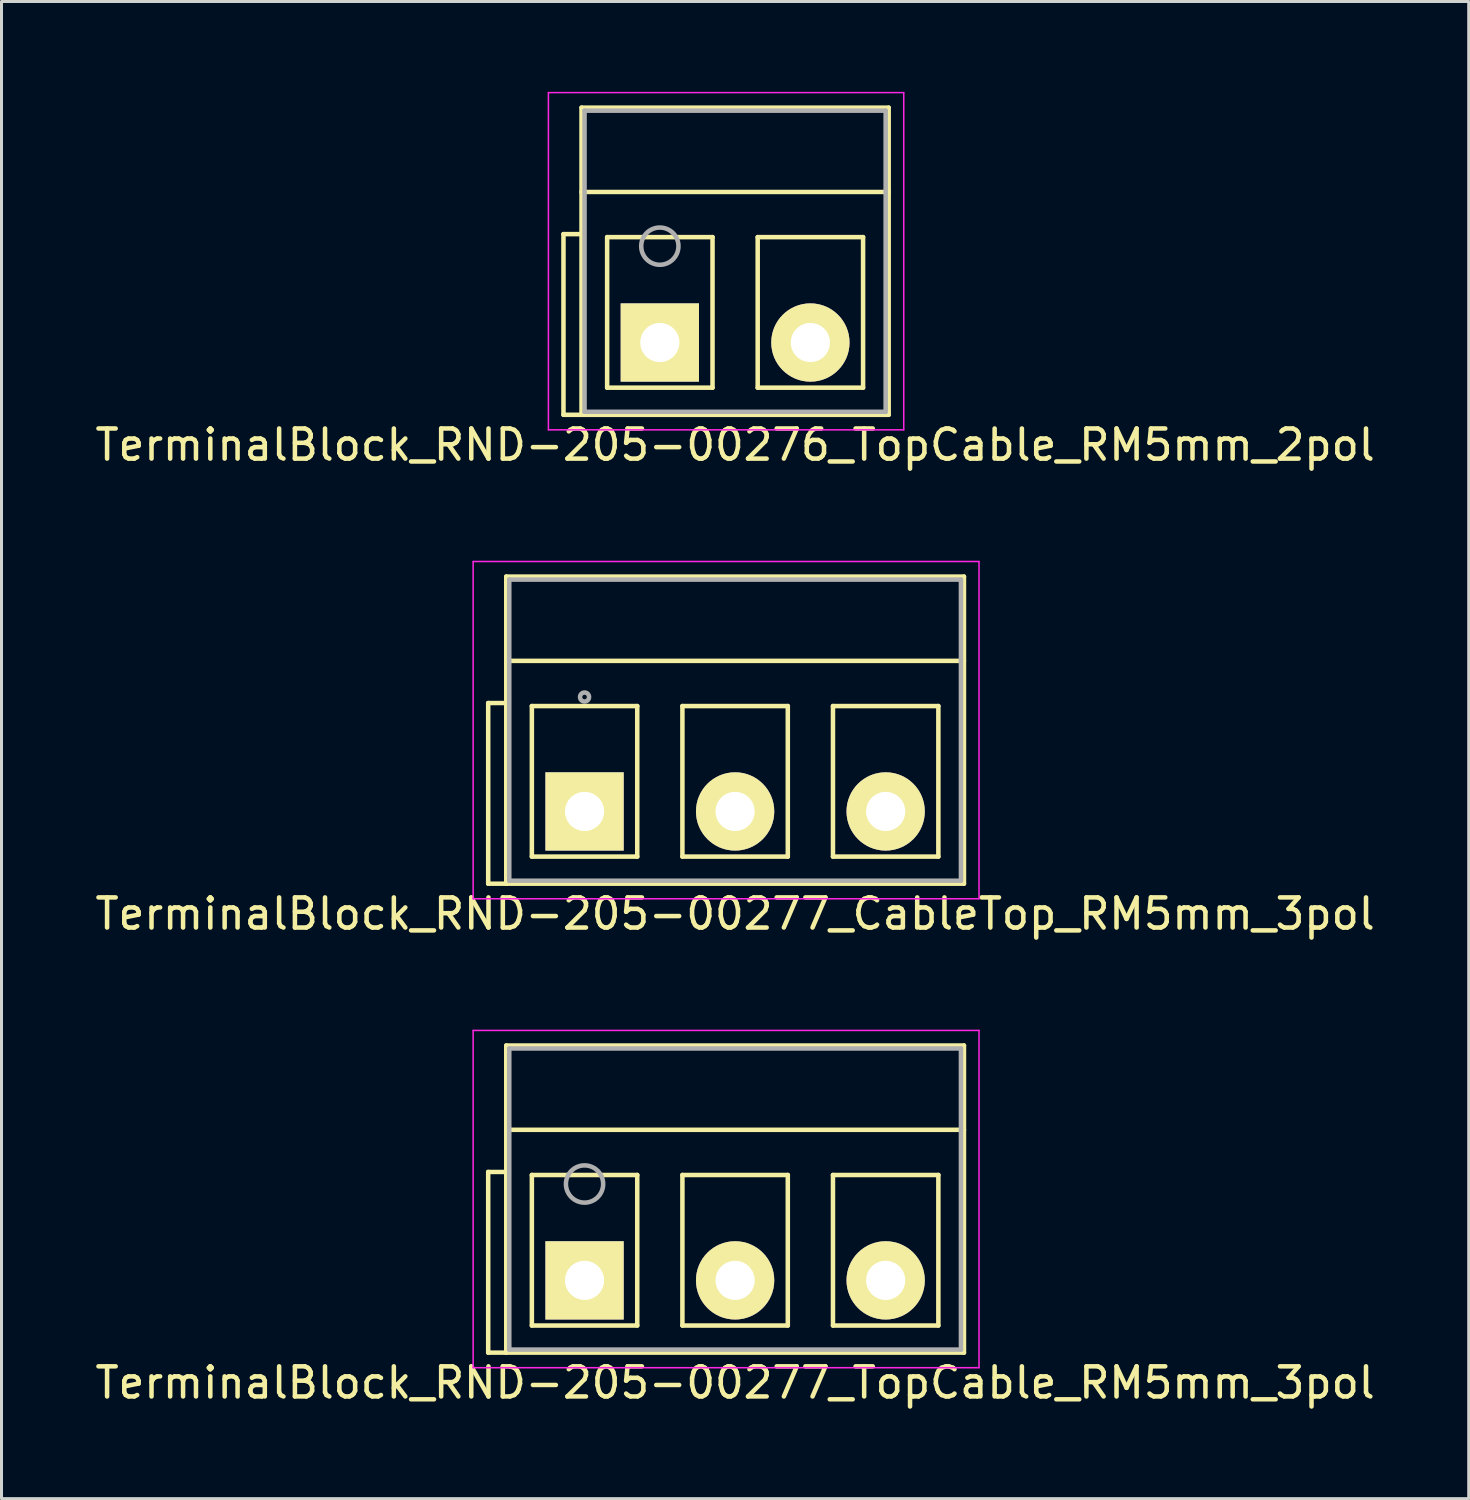
<source format=kicad_pcb>
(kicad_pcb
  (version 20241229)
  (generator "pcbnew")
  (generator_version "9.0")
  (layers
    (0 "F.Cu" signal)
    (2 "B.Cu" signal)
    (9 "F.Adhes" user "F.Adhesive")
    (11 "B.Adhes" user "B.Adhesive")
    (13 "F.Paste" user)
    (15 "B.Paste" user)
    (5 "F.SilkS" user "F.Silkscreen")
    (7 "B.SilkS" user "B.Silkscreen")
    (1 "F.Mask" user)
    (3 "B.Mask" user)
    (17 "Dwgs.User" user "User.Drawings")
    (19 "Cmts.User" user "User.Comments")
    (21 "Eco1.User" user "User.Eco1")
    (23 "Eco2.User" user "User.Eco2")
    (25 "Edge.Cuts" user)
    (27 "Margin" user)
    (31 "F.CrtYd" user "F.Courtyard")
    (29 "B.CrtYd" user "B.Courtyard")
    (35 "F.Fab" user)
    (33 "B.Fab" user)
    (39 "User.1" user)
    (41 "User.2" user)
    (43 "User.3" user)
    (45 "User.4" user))
  (footprint "TerminalBlock_RND-205-00277_TopCable_RM5mm_3pol"
    (layer "F.Cu")
    (at 16.363 39.471)
    (property "Reference" "TerminalBlock_RND-205-00277_TopCable_RM5mm_3pol" (at 5 3.4 0) (layer "F.SilkS") (effects (font (size 1 1) (thickness 0.15))))
    (attr through_hole)
    (fp_line (start -3.2 -3.6) (end -2.6 -3.6) (stroke (width 0.15) (type solid)) (layer "F.SilkS"))
    (fp_line (start -3.2 2.4) (end -3.2 -3.6) (stroke (width 0.15) (type solid)) (layer "F.SilkS"))
    (fp_line (start -2.6 -7.8) (end 12.6 -7.8) (stroke (width 0.15) (type solid)) (layer "F.SilkS"))
    (fp_line (start -2.6 -5) (end 12.6 -5) (stroke (width 0.15) (type solid)) (layer "F.SilkS"))
    (fp_line (start -2.6 2.4) (end -3.2 2.4) (stroke (width 0.15) (type solid)) (layer "F.SilkS"))
    (fp_line (start -2.6 2.4) (end -2.6 -7.8) (stroke (width 0.15) (type solid)) (layer "F.SilkS"))
    (fp_line (start -1.75 -3.5) (end -1.75 1.5) (stroke (width 0.15) (type solid)) (layer "F.SilkS"))
    (fp_line (start -1.75 1.5) (end 1.75 1.5) (stroke (width 0.15) (type solid)) (layer "F.SilkS"))
    (fp_line (start 1.75 -3.5) (end -1.75 -3.5) (stroke (width 0.15) (type solid)) (layer "F.SilkS"))
    (fp_line (start 1.75 1.5) (end 1.75 -3.5) (stroke (width 0.15) (type solid)) (layer "F.SilkS"))
    (fp_line (start 3.25 -3.5) (end 3.25 1.5) (stroke (width 0.15) (type solid)) (layer "F.SilkS"))
    (fp_line (start 3.25 1.5) (end 6.75 1.5) (stroke (width 0.15) (type solid)) (layer "F.SilkS"))
    (fp_line (start 6.75 -3.5) (end 3.25 -3.5) (stroke (width 0.15) (type solid)) (layer "F.SilkS"))
    (fp_line (start 6.75 1.5) (end 6.75 -3.5) (stroke (width 0.15) (type solid)) (layer "F.SilkS"))
    (fp_line (start 8.25 -3.5) (end 8.25 1.5) (stroke (width 0.15) (type solid)) (layer "F.SilkS"))
    (fp_line (start 8.25 1.5) (end 11.75 1.5) (stroke (width 0.15) (type solid)) (layer "F.SilkS"))
    (fp_line (start 11.75 -3.5) (end 8.25 -3.5) (stroke (width 0.15) (type solid)) (layer "F.SilkS"))
    (fp_line (start 11.75 1.5) (end 11.75 -3.5) (stroke (width 0.15) (type solid)) (layer "F.SilkS"))
    (fp_line (start 12.6 -7.8) (end 12.6 2.4) (stroke (width 0.15) (type solid)) (layer "F.SilkS"))
    (fp_line (start 12.6 2.4) (end -2.6 2.4) (stroke (width 0.15) (type solid)) (layer "F.SilkS"))
    (fp_line (start -3.7 -8.3) (end 13.1 -8.3) (stroke (width 0.05) (type solid)) (layer "F.CrtYd"))
    (fp_line (start -3.7 2.9) (end -3.7 -8.3) (stroke (width 0.05) (type solid)) (layer "F.CrtYd"))
    (fp_line (start 13.1 -8.3) (end 13.1 2.9) (stroke (width 0.05) (type solid)) (layer "F.CrtYd"))
    (fp_line (start 13.1 2.9) (end -3.7 2.9) (stroke (width 0.05) (type solid)) (layer "F.CrtYd"))
    (fp_line (start -2.5 -7.7) (end 12.5 -7.7) (stroke (width 0.15) (type solid)) (layer "F.Fab"))
    (fp_line (start -2.5 2.3) (end -2.5 -7.7) (stroke (width 0.15) (type solid)) (layer "F.Fab"))
    (fp_line (start 12.5 -7.7) (end 12.5 2.3) (stroke (width 0.15) (type solid)) (layer "F.Fab"))
    (fp_line (start 12.5 2.3) (end -2.5 2.3) (stroke (width 0.15) (type solid)) (layer "F.Fab"))
    (fp_circle (center 0 -3.2) (end -0.15 -3.8) (stroke (width 0.15) (type solid)) (fill no) (layer "F.Fab"))
    (pad "1" thru_hole rect (at 0 0) (size 2.6 2.6) (drill 1.3) (layers "*.Cu" "*.Mask" "F.SilkS"))
    (pad "2" thru_hole circle (at 5 0) (size 2.6 2.6) (drill 1.3) (layers "*.Cu" "*.Mask" "F.SilkS"))
    (pad "3" thru_hole circle (at 10 0) (size 2.6 2.6) (drill 1.3) (layers "*.Cu" "*.Mask" "F.SilkS")))
  (footprint "TerminalBlock_RND-205-00276_TopCable_RM5mm_2pol"
    (layer "F.Cu")
    (at 18.863 8.325)
    (property "Reference" "TerminalBlock_RND-205-00276_TopCable_RM5mm_2pol" (at 2.5 3.4 0) (layer "F.SilkS") (effects (font (size 1 1) (thickness 0.15))))
    (attr through_hole)
    (fp_line (start -3.2 -3.6) (end -2.6 -3.6) (stroke (width 0.15) (type solid)) (layer "F.SilkS"))
    (fp_line (start -3.2 2.4) (end -3.2 -3.6) (stroke (width 0.15) (type solid)) (layer "F.SilkS"))
    (fp_line (start -2.6 -7.8) (end 7.6 -7.8) (stroke (width 0.15) (type solid)) (layer "F.SilkS"))
    (fp_line (start -2.6 -5) (end 7.6 -5) (stroke (width 0.15) (type solid)) (layer "F.SilkS"))
    (fp_line (start -2.6 2.4) (end -3.2 2.4) (stroke (width 0.15) (type solid)) (layer "F.SilkS"))
    (fp_line (start -2.6 2.4) (end -2.6 -7.8) (stroke (width 0.15) (type solid)) (layer "F.SilkS"))
    (fp_line (start -1.75 -3.5) (end -1.75 1.5) (stroke (width 0.15) (type solid)) (layer "F.SilkS"))
    (fp_line (start -1.75 1.5) (end 1.75 1.5) (stroke (width 0.15) (type solid)) (layer "F.SilkS"))
    (fp_line (start 1.75 -3.5) (end -1.75 -3.5) (stroke (width 0.15) (type solid)) (layer "F.SilkS"))
    (fp_line (start 1.75 1.5) (end 1.75 -3.5) (stroke (width 0.15) (type solid)) (layer "F.SilkS"))
    (fp_line (start 3.25 -3.5) (end 3.25 1.5) (stroke (width 0.15) (type solid)) (layer "F.SilkS"))
    (fp_line (start 3.25 1.5) (end 6.75 1.5) (stroke (width 0.15) (type solid)) (layer "F.SilkS"))
    (fp_line (start 6.75 -3.5) (end 3.25 -3.5) (stroke (width 0.15) (type solid)) (layer "F.SilkS"))
    (fp_line (start 6.75 1.5) (end 6.75 -3.5) (stroke (width 0.15) (type solid)) (layer "F.SilkS"))
    (fp_line (start 7.6 -7.8) (end 7.6 2.4) (stroke (width 0.15) (type solid)) (layer "F.SilkS"))
    (fp_line (start 7.6 2.4) (end -2.6 2.4) (stroke (width 0.15) (type solid)) (layer "F.SilkS"))
    (fp_line (start -3.7 -8.3) (end 8.1 -8.3) (stroke (width 0.05) (type solid)) (layer "F.CrtYd"))
    (fp_line (start -3.7 2.9) (end -3.7 -8.3) (stroke (width 0.05) (type solid)) (layer "F.CrtYd"))
    (fp_line (start 8.1 -8.3) (end 8.1 2.9) (stroke (width 0.05) (type solid)) (layer "F.CrtYd"))
    (fp_line (start 8.1 2.9) (end -3.7 2.9) (stroke (width 0.05) (type solid)) (layer "F.CrtYd"))
    (fp_line (start -2.5 -7.7) (end 7.5 -7.7) (stroke (width 0.15) (type solid)) (layer "F.Fab"))
    (fp_line (start -2.5 2.3) (end -2.5 -7.7) (stroke (width 0.15) (type solid)) (layer "F.Fab"))
    (fp_line (start 7.5 -7.7) (end 7.5 2.3) (stroke (width 0.15) (type solid)) (layer "F.Fab"))
    (fp_line (start 7.5 2.3) (end -2.5 2.3) (stroke (width 0.15) (type solid)) (layer "F.Fab"))
    (fp_circle (center 0 -3.2) (end -0.15 -3.8) (stroke (width 0.15) (type solid)) (fill no) (layer "F.Fab"))
    (pad "1" thru_hole rect (at 0 0) (size 2.6 2.6) (drill 1.3) (layers "*.Cu" "*.Mask" "F.SilkS"))
    (pad "2" thru_hole circle (at 5 0) (size 2.6 2.6) (drill 1.3) (layers "*.Cu" "*.Mask" "F.SilkS")))
  (footprint "TerminalBlock_RND-205-00277_CableTop_RM5mm_3pol"
    (layer "F.Cu")
    (at 16.363 23.898)
    (property "Reference" "TerminalBlock_RND-205-00277_CableTop_RM5mm_3pol" (at 5 3.4 0) (layer "F.SilkS") (effects (font (size 1 1) (thickness 0.15))))
    (attr through_hole)
    (fp_line (start -3.2 -3.6) (end -2.6 -3.6) (stroke (width 0.15) (type solid)) (layer "F.SilkS"))
    (fp_line (start -3.2 2.4) (end -3.2 -3.6) (stroke (width 0.15) (type solid)) (layer "F.SilkS"))
    (fp_line (start -2.6 -7.8) (end 12.6 -7.8) (stroke (width 0.15) (type solid)) (layer "F.SilkS"))
    (fp_line (start -2.6 -5) (end 12.6 -5) (stroke (width 0.15) (type solid)) (layer "F.SilkS"))
    (fp_line (start -2.6 2.4) (end -3.2 2.4) (stroke (width 0.15) (type solid)) (layer "F.SilkS"))
    (fp_line (start -2.6 2.4) (end -2.6 -7.8) (stroke (width 0.15) (type solid)) (layer "F.SilkS"))
    (fp_line (start -1.75 -3.5) (end -1.75 1.5) (stroke (width 0.15) (type solid)) (layer "F.SilkS"))
    (fp_line (start -1.75 1.5) (end 1.75 1.5) (stroke (width 0.15) (type solid)) (layer "F.SilkS"))
    (fp_line (start 1.75 -3.5) (end -1.75 -3.5) (stroke (width 0.15) (type solid)) (layer "F.SilkS"))
    (fp_line (start 1.75 1.5) (end 1.75 -3.5) (stroke (width 0.15) (type solid)) (layer "F.SilkS"))
    (fp_line (start 3.25 -3.5) (end 3.25 1.5) (stroke (width 0.15) (type solid)) (layer "F.SilkS"))
    (fp_line (start 3.25 1.5) (end 6.75 1.5) (stroke (width 0.15) (type solid)) (layer "F.SilkS"))
    (fp_line (start 6.75 -3.5) (end 3.25 -3.5) (stroke (width 0.15) (type solid)) (layer "F.SilkS"))
    (fp_line (start 6.75 1.5) (end 6.75 -3.5) (stroke (width 0.15) (type solid)) (layer "F.SilkS"))
    (fp_line (start 8.25 -3.5) (end 8.25 1.5) (stroke (width 0.15) (type solid)) (layer "F.SilkS"))
    (fp_line (start 8.25 1.5) (end 11.75 1.5) (stroke (width 0.15) (type solid)) (layer "F.SilkS"))
    (fp_line (start 11.75 -3.5) (end 8.25 -3.5) (stroke (width 0.15) (type solid)) (layer "F.SilkS"))
    (fp_line (start 11.75 1.5) (end 11.75 -3.5) (stroke (width 0.15) (type solid)) (layer "F.SilkS"))
    (fp_line (start 12.6 -7.8) (end 12.6 2.4) (stroke (width 0.15) (type solid)) (layer "F.SilkS"))
    (fp_line (start 12.6 2.4) (end -2.6 2.4) (stroke (width 0.15) (type solid)) (layer "F.SilkS"))
    (fp_line (start -3.7 -8.3) (end 13.1 -8.3) (stroke (width 0.05) (type solid)) (layer "F.CrtYd"))
    (fp_line (start -3.7 2.9) (end -3.7 -8.3) (stroke (width 0.05) (type solid)) (layer "F.CrtYd"))
    (fp_line (start 13.1 -8.3) (end 13.1 2.9) (stroke (width 0.05) (type solid)) (layer "F.CrtYd"))
    (fp_line (start 13.1 2.9) (end -3.7 2.9) (stroke (width 0.05) (type solid)) (layer "F.CrtYd"))
    (fp_line (start -2.5 -7.7) (end 12.5 -7.7) (stroke (width 0.15) (type solid)) (layer "F.Fab"))
    (fp_line (start -2.5 2.3) (end -2.5 -7.7) (stroke (width 0.15) (type solid)) (layer "F.Fab"))
    (fp_line (start 12.5 -7.7) (end 12.5 2.3) (stroke (width 0.15) (type solid)) (layer "F.Fab"))
    (fp_line (start 12.5 2.3) (end -2.5 2.3) (stroke (width 0.15) (type solid)) (layer "F.Fab"))
    (fp_circle (center 0 -3.8) (end -0.15 -3.8) (stroke (width 0.15) (type solid)) (fill no) (layer "F.Fab"))
    (pad "1" thru_hole rect (at 0 0) (size 2.6 2.6) (drill 1.3) (layers "*.Cu" "*.Mask" "F.SilkS"))
    (pad "2" thru_hole circle (at 5 0) (size 2.6 2.6) (drill 1.3) (layers "*.Cu" "*.Mask" "F.SilkS"))
    (pad "3" thru_hole circle (at 10 0) (size 2.6 2.6) (drill 1.3) (layers "*.Cu" "*.Mask" "F.SilkS")))
  (gr_rect
    (start -3 -3)
    (end 45.726 46.72)
    (stroke (width 0.1) (type default))
    (fill no)
    (layer "Edge.Cuts")))
</source>
